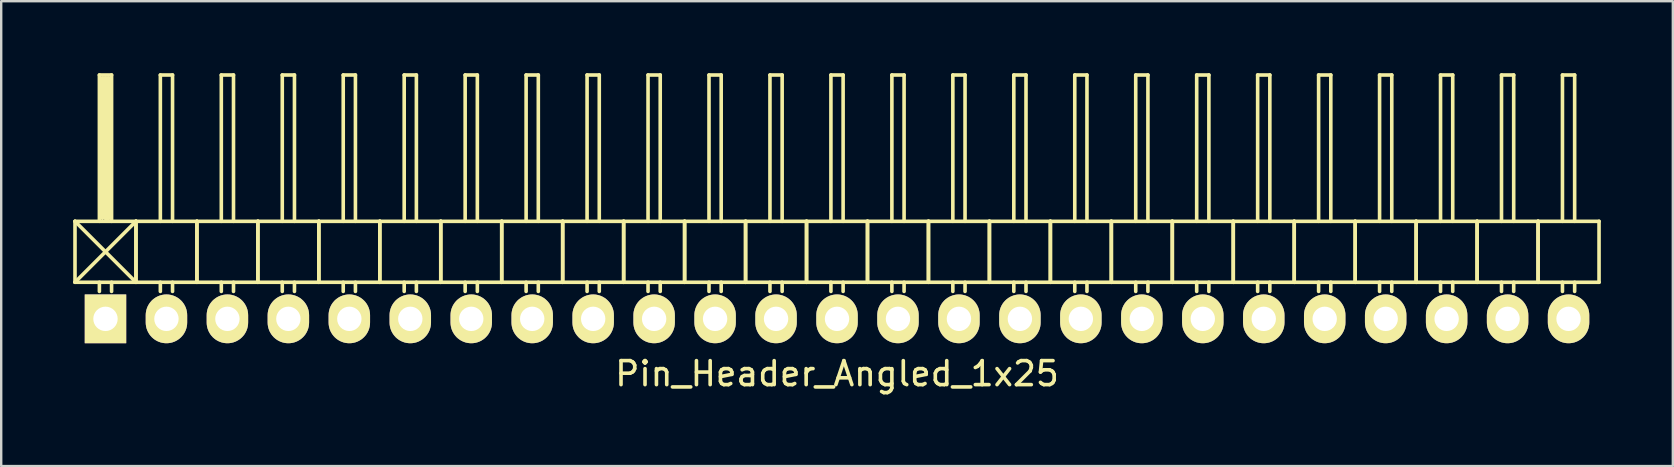
<source format=kicad_pcb>
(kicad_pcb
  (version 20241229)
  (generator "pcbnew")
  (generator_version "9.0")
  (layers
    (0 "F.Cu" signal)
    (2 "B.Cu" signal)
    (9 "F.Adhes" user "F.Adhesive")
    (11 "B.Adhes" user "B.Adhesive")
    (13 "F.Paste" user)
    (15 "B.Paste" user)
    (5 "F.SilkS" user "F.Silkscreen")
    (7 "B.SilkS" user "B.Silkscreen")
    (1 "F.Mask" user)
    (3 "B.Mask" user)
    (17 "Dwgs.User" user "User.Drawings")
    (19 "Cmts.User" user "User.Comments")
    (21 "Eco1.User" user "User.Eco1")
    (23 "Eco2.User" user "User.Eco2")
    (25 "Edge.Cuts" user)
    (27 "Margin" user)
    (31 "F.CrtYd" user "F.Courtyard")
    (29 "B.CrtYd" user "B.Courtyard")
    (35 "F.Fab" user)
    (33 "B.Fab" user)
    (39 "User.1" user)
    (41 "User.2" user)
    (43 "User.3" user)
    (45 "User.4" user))
  (footprint "Pin_Header_Angled_1x25"
    (layer "F.Cu")
    (at 31.825 10.235)
    (property "Reference" "Pin_Header_Angled_1x25" (at 0 2.286 0) (layer "F.SilkS") (effects (font (size 1 1) (thickness 0.15))))
    (attr through_hole)
    (fp_line (start -31.75 -4.064) (end -29.21 -1.524) (stroke (width 0.15) (type solid)) (layer "F.SilkS"))
    (fp_line (start -31.75 -1.524) (end -31.75 -4.064) (stroke (width 0.15) (type solid)) (layer "F.SilkS"))
    (fp_line (start -31.75 -1.524) (end -29.21 -1.524) (stroke (width 0.15) (type solid)) (layer "F.SilkS"))
    (fp_line (start -30.734 -10.16) (end -30.226 -10.16) (stroke (width 0.15) (type solid)) (layer "F.SilkS"))
    (fp_line (start -30.734 -4.064) (end -30.734 -10.16) (stroke (width 0.15) (type solid)) (layer "F.SilkS"))
    (fp_line (start -30.734 -1.524) (end -30.734 -1.143) (stroke (width 0.15) (type solid)) (layer "F.SilkS"))
    (fp_line (start -30.607 -10.033) (end -30.353 -10.033) (stroke (width 0.15) (type solid)) (layer "F.SilkS"))
    (fp_line (start -30.607 -4.191) (end -30.607 -10.033) (stroke (width 0.15) (type solid)) (layer "F.SilkS"))
    (fp_line (start -30.48 -4.191) (end -30.48 -10.033) (stroke (width 0.15) (type solid)) (layer "F.SilkS"))
    (fp_line (start -30.353 -10.033) (end -30.353 -4.191) (stroke (width 0.15) (type solid)) (layer "F.SilkS"))
    (fp_line (start -30.353 -4.191) (end -30.48 -4.191) (stroke (width 0.15) (type solid)) (layer "F.SilkS"))
    (fp_line (start -30.226 -10.16) (end -30.226 -4.064) (stroke (width 0.15) (type solid)) (layer "F.SilkS"))
    (fp_line (start -30.226 -1.524) (end -30.226 -1.143) (stroke (width 0.15) (type solid)) (layer "F.SilkS"))
    (fp_line (start -29.21 -4.064) (end -31.75 -4.064) (stroke (width 0.15) (type solid)) (layer "F.SilkS"))
    (fp_line (start -29.21 -4.064) (end -31.75 -1.524) (stroke (width 0.15) (type solid)) (layer "F.SilkS"))
    (fp_line (start -29.21 -1.524) (end -29.21 -4.064) (stroke (width 0.15) (type solid)) (layer "F.SilkS"))
    (fp_line (start -29.21 -1.524) (end -29.21 -4.064) (stroke (width 0.15) (type solid)) (layer "F.SilkS"))
    (fp_line (start -29.21 -1.524) (end -26.67 -1.524) (stroke (width 0.15) (type solid)) (layer "F.SilkS"))
    (fp_line (start -28.194 -10.16) (end -27.686 -10.16) (stroke (width 0.15) (type solid)) (layer "F.SilkS"))
    (fp_line (start -28.194 -4.064) (end -28.194 -10.16) (stroke (width 0.15) (type solid)) (layer "F.SilkS"))
    (fp_line (start -28.194 -1.524) (end -28.194 -1.143) (stroke (width 0.15) (type solid)) (layer "F.SilkS"))
    (fp_line (start -27.686 -10.16) (end -27.686 -4.064) (stroke (width 0.15) (type solid)) (layer "F.SilkS"))
    (fp_line (start -27.686 -1.524) (end -27.686 -1.143) (stroke (width 0.15) (type solid)) (layer "F.SilkS"))
    (fp_line (start -26.67 -4.064) (end -29.21 -4.064) (stroke (width 0.15) (type solid)) (layer "F.SilkS"))
    (fp_line (start -26.67 -1.524) (end -26.67 -4.064) (stroke (width 0.15) (type solid)) (layer "F.SilkS"))
    (fp_line (start -26.67 -1.524) (end -26.67 -4.064) (stroke (width 0.15) (type solid)) (layer "F.SilkS"))
    (fp_line (start -26.67 -1.524) (end -24.13 -1.524) (stroke (width 0.15) (type solid)) (layer "F.SilkS"))
    (fp_line (start -25.654 -10.16) (end -25.146 -10.16) (stroke (width 0.15) (type solid)) (layer "F.SilkS"))
    (fp_line (start -25.654 -4.064) (end -25.654 -10.16) (stroke (width 0.15) (type solid)) (layer "F.SilkS"))
    (fp_line (start -25.654 -1.524) (end -25.654 -1.143) (stroke (width 0.15) (type solid)) (layer "F.SilkS"))
    (fp_line (start -25.146 -10.16) (end -25.146 -4.064) (stroke (width 0.15) (type solid)) (layer "F.SilkS"))
    (fp_line (start -25.146 -1.524) (end -25.146 -1.143) (stroke (width 0.15) (type solid)) (layer "F.SilkS"))
    (fp_line (start -24.13 -4.064) (end -26.67 -4.064) (stroke (width 0.15) (type solid)) (layer "F.SilkS"))
    (fp_line (start -24.13 -1.524) (end -24.13 -4.064) (stroke (width 0.15) (type solid)) (layer "F.SilkS"))
    (fp_line (start -24.13 -1.524) (end -24.13 -4.064) (stroke (width 0.15) (type solid)) (layer "F.SilkS"))
    (fp_line (start -24.13 -1.524) (end -21.59 -1.524) (stroke (width 0.15) (type solid)) (layer "F.SilkS"))
    (fp_line (start -23.114 -10.16) (end -22.606 -10.16) (stroke (width 0.15) (type solid)) (layer "F.SilkS"))
    (fp_line (start -23.114 -4.064) (end -23.114 -10.16) (stroke (width 0.15) (type solid)) (layer "F.SilkS"))
    (fp_line (start -23.114 -1.524) (end -23.114 -1.143) (stroke (width 0.15) (type solid)) (layer "F.SilkS"))
    (fp_line (start -22.606 -10.16) (end -22.606 -4.064) (stroke (width 0.15) (type solid)) (layer "F.SilkS"))
    (fp_line (start -22.606 -1.524) (end -22.606 -1.143) (stroke (width 0.15) (type solid)) (layer "F.SilkS"))
    (fp_line (start -21.59 -4.064) (end -24.13 -4.064) (stroke (width 0.15) (type solid)) (layer "F.SilkS"))
    (fp_line (start -21.59 -1.524) (end -21.59 -4.064) (stroke (width 0.15) (type solid)) (layer "F.SilkS"))
    (fp_line (start -21.59 -1.524) (end -21.59 -4.064) (stroke (width 0.15) (type solid)) (layer "F.SilkS"))
    (fp_line (start -21.59 -1.524) (end -19.05 -1.524) (stroke (width 0.15) (type solid)) (layer "F.SilkS"))
    (fp_line (start -20.574 -10.16) (end -20.066 -10.16) (stroke (width 0.15) (type solid)) (layer "F.SilkS"))
    (fp_line (start -20.574 -4.064) (end -20.574 -10.16) (stroke (width 0.15) (type solid)) (layer "F.SilkS"))
    (fp_line (start -20.574 -1.524) (end -20.574 -1.143) (stroke (width 0.15) (type solid)) (layer "F.SilkS"))
    (fp_line (start -20.066 -10.16) (end -20.066 -4.064) (stroke (width 0.15) (type solid)) (layer "F.SilkS"))
    (fp_line (start -20.066 -1.524) (end -20.066 -1.143) (stroke (width 0.15) (type solid)) (layer "F.SilkS"))
    (fp_line (start -19.05 -4.064) (end -21.59 -4.064) (stroke (width 0.15) (type solid)) (layer "F.SilkS"))
    (fp_line (start -19.05 -1.524) (end -19.05 -4.064) (stroke (width 0.15) (type solid)) (layer "F.SilkS"))
    (fp_line (start -19.05 -1.524) (end -19.05 -4.064) (stroke (width 0.15) (type solid)) (layer "F.SilkS"))
    (fp_line (start -19.05 -1.524) (end -16.51 -1.524) (stroke (width 0.15) (type solid)) (layer "F.SilkS"))
    (fp_line (start -18.034 -10.16) (end -17.526 -10.16) (stroke (width 0.15) (type solid)) (layer "F.SilkS"))
    (fp_line (start -18.034 -4.064) (end -18.034 -10.16) (stroke (width 0.15) (type solid)) (layer "F.SilkS"))
    (fp_line (start -18.034 -1.524) (end -18.034 -1.143) (stroke (width 0.15) (type solid)) (layer "F.SilkS"))
    (fp_line (start -17.526 -10.16) (end -17.526 -4.064) (stroke (width 0.15) (type solid)) (layer "F.SilkS"))
    (fp_line (start -17.526 -1.524) (end -17.526 -1.143) (stroke (width 0.15) (type solid)) (layer "F.SilkS"))
    (fp_line (start -16.51 -4.064) (end -19.05 -4.064) (stroke (width 0.15) (type solid)) (layer "F.SilkS"))
    (fp_line (start -16.51 -1.524) (end -16.51 -4.064) (stroke (width 0.15) (type solid)) (layer "F.SilkS"))
    (fp_line (start -16.51 -1.524) (end -16.51 -4.064) (stroke (width 0.15) (type solid)) (layer "F.SilkS"))
    (fp_line (start -16.51 -1.524) (end -13.97 -1.524) (stroke (width 0.15) (type solid)) (layer "F.SilkS"))
    (fp_line (start -15.494 -10.16) (end -14.986 -10.16) (stroke (width 0.15) (type solid)) (layer "F.SilkS"))
    (fp_line (start -15.494 -4.064) (end -15.494 -10.16) (stroke (width 0.15) (type solid)) (layer "F.SilkS"))
    (fp_line (start -15.494 -1.524) (end -15.494 -1.143) (stroke (width 0.15) (type solid)) (layer "F.SilkS"))
    (fp_line (start -14.986 -10.16) (end -14.986 -4.064) (stroke (width 0.15) (type solid)) (layer "F.SilkS"))
    (fp_line (start -14.986 -1.524) (end -14.986 -1.143) (stroke (width 0.15) (type solid)) (layer "F.SilkS"))
    (fp_line (start -13.97 -4.064) (end -16.51 -4.064) (stroke (width 0.15) (type solid)) (layer "F.SilkS"))
    (fp_line (start -13.97 -1.524) (end -13.97 -4.064) (stroke (width 0.15) (type solid)) (layer "F.SilkS"))
    (fp_line (start -13.97 -1.524) (end -13.97 -4.064) (stroke (width 0.15) (type solid)) (layer "F.SilkS"))
    (fp_line (start -13.97 -1.524) (end -11.43 -1.524) (stroke (width 0.15) (type solid)) (layer "F.SilkS"))
    (fp_line (start -12.954 -10.16) (end -12.446 -10.16) (stroke (width 0.15) (type solid)) (layer "F.SilkS"))
    (fp_line (start -12.954 -4.064) (end -12.954 -10.16) (stroke (width 0.15) (type solid)) (layer "F.SilkS"))
    (fp_line (start -12.954 -1.524) (end -12.954 -1.143) (stroke (width 0.15) (type solid)) (layer "F.SilkS"))
    (fp_line (start -12.446 -10.16) (end -12.446 -4.064) (stroke (width 0.15) (type solid)) (layer "F.SilkS"))
    (fp_line (start -12.446 -1.524) (end -12.446 -1.143) (stroke (width 0.15) (type solid)) (layer "F.SilkS"))
    (fp_line (start -11.43 -4.064) (end -13.97 -4.064) (stroke (width 0.15) (type solid)) (layer "F.SilkS"))
    (fp_line (start -11.43 -1.524) (end -11.43 -4.064) (stroke (width 0.15) (type solid)) (layer "F.SilkS"))
    (fp_line (start -11.43 -1.524) (end -11.43 -4.064) (stroke (width 0.15) (type solid)) (layer "F.SilkS"))
    (fp_line (start -11.43 -1.524) (end -8.89 -1.524) (stroke (width 0.15) (type solid)) (layer "F.SilkS"))
    (fp_line (start -10.414 -10.16) (end -9.906 -10.16) (stroke (width 0.15) (type solid)) (layer "F.SilkS"))
    (fp_line (start -10.414 -4.064) (end -10.414 -10.16) (stroke (width 0.15) (type solid)) (layer "F.SilkS"))
    (fp_line (start -10.414 -1.524) (end -10.414 -1.143) (stroke (width 0.15) (type solid)) (layer "F.SilkS"))
    (fp_line (start -9.906 -10.16) (end -9.906 -4.064) (stroke (width 0.15) (type solid)) (layer "F.SilkS"))
    (fp_line (start -9.906 -1.524) (end -9.906 -1.143) (stroke (width 0.15) (type solid)) (layer "F.SilkS"))
    (fp_line (start -8.89 -4.064) (end -11.43 -4.064) (stroke (width 0.15) (type solid)) (layer "F.SilkS"))
    (fp_line (start -8.89 -1.524) (end -8.89 -4.064) (stroke (width 0.15) (type solid)) (layer "F.SilkS"))
    (fp_line (start -8.89 -1.524) (end -8.89 -4.064) (stroke (width 0.15) (type solid)) (layer "F.SilkS"))
    (fp_line (start -8.89 -1.524) (end -6.35 -1.524) (stroke (width 0.15) (type solid)) (layer "F.SilkS"))
    (fp_line (start -7.874 -10.16) (end -7.366 -10.16) (stroke (width 0.15) (type solid)) (layer "F.SilkS"))
    (fp_line (start -7.874 -4.064) (end -7.874 -10.16) (stroke (width 0.15) (type solid)) (layer "F.SilkS"))
    (fp_line (start -7.874 -1.524) (end -7.874 -1.143) (stroke (width 0.15) (type solid)) (layer "F.SilkS"))
    (fp_line (start -7.366 -10.16) (end -7.366 -4.064) (stroke (width 0.15) (type solid)) (layer "F.SilkS"))
    (fp_line (start -7.366 -1.524) (end -7.366 -1.143) (stroke (width 0.15) (type solid)) (layer "F.SilkS"))
    (fp_line (start -6.35 -4.064) (end -8.89 -4.064) (stroke (width 0.15) (type solid)) (layer "F.SilkS"))
    (fp_line (start -6.35 -1.524) (end -6.35 -4.064) (stroke (width 0.15) (type solid)) (layer "F.SilkS"))
    (fp_line (start -6.35 -1.524) (end -6.35 -4.064) (stroke (width 0.15) (type solid)) (layer "F.SilkS"))
    (fp_line (start -6.35 -1.524) (end -3.81 -1.524) (stroke (width 0.15) (type solid)) (layer "F.SilkS"))
    (fp_line (start -5.334 -10.16) (end -4.826 -10.16) (stroke (width 0.15) (type solid)) (layer "F.SilkS"))
    (fp_line (start -5.334 -4.064) (end -5.334 -10.16) (stroke (width 0.15) (type solid)) (layer "F.SilkS"))
    (fp_line (start -5.334 -1.524) (end -5.334 -1.143) (stroke (width 0.15) (type solid)) (layer "F.SilkS"))
    (fp_line (start -4.826 -10.16) (end -4.826 -4.064) (stroke (width 0.15) (type solid)) (layer "F.SilkS"))
    (fp_line (start -4.826 -1.524) (end -4.826 -1.143) (stroke (width 0.15) (type solid)) (layer "F.SilkS"))
    (fp_line (start -3.81 -4.064) (end -6.35 -4.064) (stroke (width 0.15) (type solid)) (layer "F.SilkS"))
    (fp_line (start -3.81 -1.524) (end -3.81 -4.064) (stroke (width 0.15) (type solid)) (layer "F.SilkS"))
    (fp_line (start -3.81 -1.524) (end -3.81 -4.064) (stroke (width 0.15) (type solid)) (layer "F.SilkS"))
    (fp_line (start -3.81 -1.524) (end -1.27 -1.524) (stroke (width 0.15) (type solid)) (layer "F.SilkS"))
    (fp_line (start -2.794 -10.16) (end -2.286 -10.16) (stroke (width 0.15) (type solid)) (layer "F.SilkS"))
    (fp_line (start -2.794 -4.064) (end -2.794 -10.16) (stroke (width 0.15) (type solid)) (layer "F.SilkS"))
    (fp_line (start -2.794 -1.524) (end -2.794 -1.143) (stroke (width 0.15) (type solid)) (layer "F.SilkS"))
    (fp_line (start -2.286 -10.16) (end -2.286 -4.064) (stroke (width 0.15) (type solid)) (layer "F.SilkS"))
    (fp_line (start -2.286 -1.524) (end -2.286 -1.143) (stroke (width 0.15) (type solid)) (layer "F.SilkS"))
    (fp_line (start -1.27 -4.064) (end -3.81 -4.064) (stroke (width 0.15) (type solid)) (layer "F.SilkS"))
    (fp_line (start -1.27 -1.524) (end -1.27 -4.064) (stroke (width 0.15) (type solid)) (layer "F.SilkS"))
    (fp_line (start -1.27 -1.524) (end -1.27 -4.064) (stroke (width 0.15) (type solid)) (layer "F.SilkS"))
    (fp_line (start -1.27 -1.524) (end 1.27 -1.524) (stroke (width 0.15) (type solid)) (layer "F.SilkS"))
    (fp_line (start -0.254 -10.16) (end 0.254 -10.16) (stroke (width 0.15) (type solid)) (layer "F.SilkS"))
    (fp_line (start -0.254 -4.064) (end -0.254 -10.16) (stroke (width 0.15) (type solid)) (layer "F.SilkS"))
    (fp_line (start -0.254 -1.524) (end -0.254 -1.143) (stroke (width 0.15) (type solid)) (layer "F.SilkS"))
    (fp_line (start 0.254 -10.16) (end 0.254 -4.064) (stroke (width 0.15) (type solid)) (layer "F.SilkS"))
    (fp_line (start 0.254 -1.524) (end 0.254 -1.143) (stroke (width 0.15) (type solid)) (layer "F.SilkS"))
    (fp_line (start 1.27 -4.064) (end -1.27 -4.064) (stroke (width 0.15) (type solid)) (layer "F.SilkS"))
    (fp_line (start 1.27 -1.524) (end 1.27 -4.064) (stroke (width 0.15) (type solid)) (layer "F.SilkS"))
    (fp_line (start 1.27 -1.524) (end 1.27 -4.064) (stroke (width 0.15) (type solid)) (layer "F.SilkS"))
    (fp_line (start 1.27 -1.524) (end 3.81 -1.524) (stroke (width 0.15) (type solid)) (layer "F.SilkS"))
    (fp_line (start 2.286 -10.16) (end 2.794 -10.16) (stroke (width 0.15) (type solid)) (layer "F.SilkS"))
    (fp_line (start 2.286 -4.064) (end 2.286 -10.16) (stroke (width 0.15) (type solid)) (layer "F.SilkS"))
    (fp_line (start 2.286 -1.524) (end 2.286 -1.143) (stroke (width 0.15) (type solid)) (layer "F.SilkS"))
    (fp_line (start 2.794 -10.16) (end 2.794 -4.064) (stroke (width 0.15) (type solid)) (layer "F.SilkS"))
    (fp_line (start 2.794 -1.524) (end 2.794 -1.143) (stroke (width 0.15) (type solid)) (layer "F.SilkS"))
    (fp_line (start 3.81 -4.064) (end 1.27 -4.064) (stroke (width 0.15) (type solid)) (layer "F.SilkS"))
    (fp_line (start 3.81 -1.524) (end 3.81 -4.064) (stroke (width 0.15) (type solid)) (layer "F.SilkS"))
    (fp_line (start 3.81 -1.524) (end 3.81 -4.064) (stroke (width 0.15) (type solid)) (layer "F.SilkS"))
    (fp_line (start 3.81 -1.524) (end 6.35 -1.524) (stroke (width 0.15) (type solid)) (layer "F.SilkS"))
    (fp_line (start 4.826 -10.16) (end 5.334 -10.16) (stroke (width 0.15) (type solid)) (layer "F.SilkS"))
    (fp_line (start 4.826 -4.064) (end 4.826 -10.16) (stroke (width 0.15) (type solid)) (layer "F.SilkS"))
    (fp_line (start 4.826 -1.524) (end 4.826 -1.143) (stroke (width 0.15) (type solid)) (layer "F.SilkS"))
    (fp_line (start 5.334 -10.16) (end 5.334 -4.064) (stroke (width 0.15) (type solid)) (layer "F.SilkS"))
    (fp_line (start 5.334 -1.524) (end 5.334 -1.143) (stroke (width 0.15) (type solid)) (layer "F.SilkS"))
    (fp_line (start 6.35 -4.064) (end 3.81 -4.064) (stroke (width 0.15) (type solid)) (layer "F.SilkS"))
    (fp_line (start 6.35 -1.524) (end 6.35 -4.064) (stroke (width 0.15) (type solid)) (layer "F.SilkS"))
    (fp_line (start 6.35 -1.524) (end 6.35 -4.064) (stroke (width 0.15) (type solid)) (layer "F.SilkS"))
    (fp_line (start 6.35 -1.524) (end 8.89 -1.524) (stroke (width 0.15) (type solid)) (layer "F.SilkS"))
    (fp_line (start 7.366 -10.16) (end 7.874 -10.16) (stroke (width 0.15) (type solid)) (layer "F.SilkS"))
    (fp_line (start 7.366 -4.064) (end 7.366 -10.16) (stroke (width 0.15) (type solid)) (layer "F.SilkS"))
    (fp_line (start 7.366 -1.524) (end 7.366 -1.143) (stroke (width 0.15) (type solid)) (layer "F.SilkS"))
    (fp_line (start 7.874 -10.16) (end 7.874 -4.064) (stroke (width 0.15) (type solid)) (layer "F.SilkS"))
    (fp_line (start 7.874 -1.524) (end 7.874 -1.143) (stroke (width 0.15) (type solid)) (layer "F.SilkS"))
    (fp_line (start 8.89 -4.064) (end 6.35 -4.064) (stroke (width 0.15) (type solid)) (layer "F.SilkS"))
    (fp_line (start 8.89 -1.524) (end 8.89 -4.064) (stroke (width 0.15) (type solid)) (layer "F.SilkS"))
    (fp_line (start 8.89 -1.524) (end 8.89 -4.064) (stroke (width 0.15) (type solid)) (layer "F.SilkS"))
    (fp_line (start 8.89 -1.524) (end 11.43 -1.524) (stroke (width 0.15) (type solid)) (layer "F.SilkS"))
    (fp_line (start 9.906 -10.16) (end 10.414 -10.16) (stroke (width 0.15) (type solid)) (layer "F.SilkS"))
    (fp_line (start 9.906 -4.064) (end 9.906 -10.16) (stroke (width 0.15) (type solid)) (layer "F.SilkS"))
    (fp_line (start 9.906 -1.524) (end 9.906 -1.143) (stroke (width 0.15) (type solid)) (layer "F.SilkS"))
    (fp_line (start 10.414 -10.16) (end 10.414 -4.064) (stroke (width 0.15) (type solid)) (layer "F.SilkS"))
    (fp_line (start 10.414 -1.524) (end 10.414 -1.143) (stroke (width 0.15) (type solid)) (layer "F.SilkS"))
    (fp_line (start 11.43 -4.064) (end 8.89 -4.064) (stroke (width 0.15) (type solid)) (layer "F.SilkS"))
    (fp_line (start 11.43 -1.524) (end 11.43 -4.064) (stroke (width 0.15) (type solid)) (layer "F.SilkS"))
    (fp_line (start 11.43 -1.524) (end 11.43 -4.064) (stroke (width 0.15) (type solid)) (layer "F.SilkS"))
    (fp_line (start 11.43 -1.524) (end 13.97 -1.524) (stroke (width 0.15) (type solid)) (layer "F.SilkS"))
    (fp_line (start 12.446 -10.16) (end 12.954 -10.16) (stroke (width 0.15) (type solid)) (layer "F.SilkS"))
    (fp_line (start 12.446 -4.064) (end 12.446 -10.16) (stroke (width 0.15) (type solid)) (layer "F.SilkS"))
    (fp_line (start 12.446 -1.524) (end 12.446 -1.143) (stroke (width 0.15) (type solid)) (layer "F.SilkS"))
    (fp_line (start 12.954 -10.16) (end 12.954 -4.064) (stroke (width 0.15) (type solid)) (layer "F.SilkS"))
    (fp_line (start 12.954 -1.524) (end 12.954 -1.143) (stroke (width 0.15) (type solid)) (layer "F.SilkS"))
    (fp_line (start 13.97 -4.064) (end 11.43 -4.064) (stroke (width 0.15) (type solid)) (layer "F.SilkS"))
    (fp_line (start 13.97 -1.524) (end 13.97 -4.064) (stroke (width 0.15) (type solid)) (layer "F.SilkS"))
    (fp_line (start 13.97 -1.524) (end 13.97 -4.064) (stroke (width 0.15) (type solid)) (layer "F.SilkS"))
    (fp_line (start 13.97 -1.524) (end 16.51 -1.524) (stroke (width 0.15) (type solid)) (layer "F.SilkS"))
    (fp_line (start 14.986 -10.16) (end 15.494 -10.16) (stroke (width 0.15) (type solid)) (layer "F.SilkS"))
    (fp_line (start 14.986 -4.064) (end 14.986 -10.16) (stroke (width 0.15) (type solid)) (layer "F.SilkS"))
    (fp_line (start 14.986 -1.524) (end 14.986 -1.143) (stroke (width 0.15) (type solid)) (layer "F.SilkS"))
    (fp_line (start 15.494 -10.16) (end 15.494 -4.064) (stroke (width 0.15) (type solid)) (layer "F.SilkS"))
    (fp_line (start 15.494 -1.524) (end 15.494 -1.143) (stroke (width 0.15) (type solid)) (layer "F.SilkS"))
    (fp_line (start 16.51 -4.064) (end 13.97 -4.064) (stroke (width 0.15) (type solid)) (layer "F.SilkS"))
    (fp_line (start 16.51 -1.524) (end 16.51 -4.064) (stroke (width 0.15) (type solid)) (layer "F.SilkS"))
    (fp_line (start 16.51 -1.524) (end 16.51 -4.064) (stroke (width 0.15) (type solid)) (layer "F.SilkS"))
    (fp_line (start 16.51 -1.524) (end 19.05 -1.524) (stroke (width 0.15) (type solid)) (layer "F.SilkS"))
    (fp_line (start 17.526 -10.16) (end 18.034 -10.16) (stroke (width 0.15) (type solid)) (layer "F.SilkS"))
    (fp_line (start 17.526 -4.064) (end 17.526 -10.16) (stroke (width 0.15) (type solid)) (layer "F.SilkS"))
    (fp_line (start 17.526 -1.524) (end 17.526 -1.143) (stroke (width 0.15) (type solid)) (layer "F.SilkS"))
    (fp_line (start 18.034 -10.16) (end 18.034 -4.064) (stroke (width 0.15) (type solid)) (layer "F.SilkS"))
    (fp_line (start 18.034 -1.524) (end 18.034 -1.143) (stroke (width 0.15) (type solid)) (layer "F.SilkS"))
    (fp_line (start 19.05 -4.064) (end 16.51 -4.064) (stroke (width 0.15) (type solid)) (layer "F.SilkS"))
    (fp_line (start 19.05 -1.524) (end 19.05 -4.064) (stroke (width 0.15) (type solid)) (layer "F.SilkS"))
    (fp_line (start 19.05 -1.524) (end 19.05 -4.064) (stroke (width 0.15) (type solid)) (layer "F.SilkS"))
    (fp_line (start 19.05 -1.524) (end 21.59 -1.524) (stroke (width 0.15) (type solid)) (layer "F.SilkS"))
    (fp_line (start 20.066 -10.16) (end 20.574 -10.16) (stroke (width 0.15) (type solid)) (layer "F.SilkS"))
    (fp_line (start 20.066 -4.064) (end 20.066 -10.16) (stroke (width 0.15) (type solid)) (layer "F.SilkS"))
    (fp_line (start 20.066 -1.524) (end 20.066 -1.143) (stroke (width 0.15) (type solid)) (layer "F.SilkS"))
    (fp_line (start 20.574 -10.16) (end 20.574 -4.064) (stroke (width 0.15) (type solid)) (layer "F.SilkS"))
    (fp_line (start 20.574 -1.524) (end 20.574 -1.143) (stroke (width 0.15) (type solid)) (layer "F.SilkS"))
    (fp_line (start 21.59 -4.064) (end 19.05 -4.064) (stroke (width 0.15) (type solid)) (layer "F.SilkS"))
    (fp_line (start 21.59 -1.524) (end 21.59 -4.064) (stroke (width 0.15) (type solid)) (layer "F.SilkS"))
    (fp_line (start 21.59 -1.524) (end 21.59 -4.064) (stroke (width 0.15) (type solid)) (layer "F.SilkS"))
    (fp_line (start 21.59 -1.524) (end 24.13 -1.524) (stroke (width 0.15) (type solid)) (layer "F.SilkS"))
    (fp_line (start 22.606 -10.16) (end 23.114 -10.16) (stroke (width 0.15) (type solid)) (layer "F.SilkS"))
    (fp_line (start 22.606 -4.064) (end 22.606 -10.16) (stroke (width 0.15) (type solid)) (layer "F.SilkS"))
    (fp_line (start 22.606 -1.524) (end 22.606 -1.143) (stroke (width 0.15) (type solid)) (layer "F.SilkS"))
    (fp_line (start 23.114 -10.16) (end 23.114 -4.064) (stroke (width 0.15) (type solid)) (layer "F.SilkS"))
    (fp_line (start 23.114 -1.524) (end 23.114 -1.143) (stroke (width 0.15) (type solid)) (layer "F.SilkS"))
    (fp_line (start 24.13 -4.064) (end 21.59 -4.064) (stroke (width 0.15) (type solid)) (layer "F.SilkS"))
    (fp_line (start 24.13 -1.524) (end 24.13 -4.064) (stroke (width 0.15) (type solid)) (layer "F.SilkS"))
    (fp_line (start 24.13 -1.524) (end 24.13 -4.064) (stroke (width 0.15) (type solid)) (layer "F.SilkS"))
    (fp_line (start 24.13 -1.524) (end 26.67 -1.524) (stroke (width 0.15) (type solid)) (layer "F.SilkS"))
    (fp_line (start 25.146 -10.16) (end 25.654 -10.16) (stroke (width 0.15) (type solid)) (layer "F.SilkS"))
    (fp_line (start 25.146 -4.064) (end 25.146 -10.16) (stroke (width 0.15) (type solid)) (layer "F.SilkS"))
    (fp_line (start 25.146 -1.524) (end 25.146 -1.143) (stroke (width 0.15) (type solid)) (layer "F.SilkS"))
    (fp_line (start 25.654 -10.16) (end 25.654 -4.064) (stroke (width 0.15) (type solid)) (layer "F.SilkS"))
    (fp_line (start 25.654 -1.524) (end 25.654 -1.143) (stroke (width 0.15) (type solid)) (layer "F.SilkS"))
    (fp_line (start 26.67 -4.064) (end 24.13 -4.064) (stroke (width 0.15) (type solid)) (layer "F.SilkS"))
    (fp_line (start 26.67 -1.524) (end 26.67 -4.064) (stroke (width 0.15) (type solid)) (layer "F.SilkS"))
    (fp_line (start 26.67 -1.524) (end 26.67 -4.064) (stroke (width 0.15) (type solid)) (layer "F.SilkS"))
    (fp_line (start 26.67 -1.524) (end 29.21 -1.524) (stroke (width 0.15) (type solid)) (layer "F.SilkS"))
    (fp_line (start 27.686 -10.16) (end 28.194 -10.16) (stroke (width 0.15) (type solid)) (layer "F.SilkS"))
    (fp_line (start 27.686 -4.064) (end 27.686 -10.16) (stroke (width 0.15) (type solid)) (layer "F.SilkS"))
    (fp_line (start 27.686 -1.524) (end 27.686 -1.143) (stroke (width 0.15) (type solid)) (layer "F.SilkS"))
    (fp_line (start 28.194 -10.16) (end 28.194 -4.064) (stroke (width 0.15) (type solid)) (layer "F.SilkS"))
    (fp_line (start 28.194 -1.524) (end 28.194 -1.143) (stroke (width 0.15) (type solid)) (layer "F.SilkS"))
    (fp_line (start 29.21 -4.064) (end 26.67 -4.064) (stroke (width 0.15) (type solid)) (layer "F.SilkS"))
    (fp_line (start 29.21 -1.524) (end 29.21 -4.064) (stroke (width 0.15) (type solid)) (layer "F.SilkS"))
    (fp_line (start 29.21 -1.524) (end 29.21 -4.064) (stroke (width 0.15) (type solid)) (layer "F.SilkS"))
    (fp_line (start 29.21 -1.524) (end 31.75 -1.524) (stroke (width 0.15) (type solid)) (layer "F.SilkS"))
    (fp_line (start 30.226 -10.16) (end 30.734 -10.16) (stroke (width 0.15) (type solid)) (layer "F.SilkS"))
    (fp_line (start 30.226 -4.064) (end 30.226 -10.16) (stroke (width 0.15) (type solid)) (layer "F.SilkS"))
    (fp_line (start 30.226 -1.524) (end 30.226 -1.143) (stroke (width 0.15) (type solid)) (layer "F.SilkS"))
    (fp_line (start 30.734 -10.16) (end 30.734 -4.064) (stroke (width 0.15) (type solid)) (layer "F.SilkS"))
    (fp_line (start 30.734 -1.524) (end 30.734 -1.143) (stroke (width 0.15) (type solid)) (layer "F.SilkS"))
    (fp_line (start 31.75 -4.064) (end 29.21 -4.064) (stroke (width 0.15) (type solid)) (layer "F.SilkS"))
    (fp_line (start 31.75 -1.524) (end 31.75 -4.064) (stroke (width 0.15) (type solid)) (layer "F.SilkS"))
    (pad "1" thru_hole rect (at -30.48 0) (size 1.727 2.032) (drill 1.016) (layers "*.Cu" "*.Mask" "F.SilkS"))
    (pad "2" thru_hole oval (at -27.94 0) (size 1.727 2.032) (drill 1.016) (layers "*.Cu" "*.Mask" "F.SilkS"))
    (pad "3" thru_hole oval (at -25.4 0) (size 1.727 2.032) (drill 1.016) (layers "*.Cu" "*.Mask" "F.SilkS"))
    (pad "4" thru_hole oval (at -22.86 0) (size 1.727 2.032) (drill 1.016) (layers "*.Cu" "*.Mask" "F.SilkS"))
    (pad "5" thru_hole oval (at -20.32 0) (size 1.727 2.032) (drill 1.016) (layers "*.Cu" "*.Mask" "F.SilkS"))
    (pad "6" thru_hole oval (at -17.78 0) (size 1.727 2.032) (drill 1.016) (layers "*.Cu" "*.Mask" "F.SilkS"))
    (pad "7" thru_hole oval (at -15.24 0) (size 1.727 2.032) (drill 1.016) (layers "*.Cu" "*.Mask" "F.SilkS"))
    (pad "8" thru_hole oval (at -12.7 0) (size 1.727 2.032) (drill 1.016) (layers "*.Cu" "*.Mask" "F.SilkS"))
    (pad "9" thru_hole oval (at -10.16 0) (size 1.727 2.032) (drill 1.016) (layers "*.Cu" "*.Mask" "F.SilkS"))
    (pad "10" thru_hole oval (at -7.62 0) (size 1.727 2.032) (drill 1.016) (layers "*.Cu" "*.Mask" "F.SilkS"))
    (pad "11" thru_hole oval (at -5.08 0) (size 1.727 2.032) (drill 1.016) (layers "*.Cu" "*.Mask" "F.SilkS"))
    (pad "12" thru_hole oval (at -2.54 0) (size 1.727 2.032) (drill 1.016) (layers "*.Cu" "*.Mask" "F.SilkS"))
    (pad "13" thru_hole oval (at 0 0) (size 1.727 2.032) (drill 1.016) (layers "*.Cu" "*.Mask" "F.SilkS"))
    (pad "14" thru_hole oval (at 2.54 0) (size 1.727 2.032) (drill 1.016) (layers "*.Cu" "*.Mask" "F.SilkS"))
    (pad "15" thru_hole oval (at 5.08 0) (size 1.727 2.032) (drill 1.016) (layers "*.Cu" "*.Mask" "F.SilkS"))
    (pad "16" thru_hole oval (at 7.62 0) (size 1.727 2.032) (drill 1.016) (layers "*.Cu" "*.Mask" "F.SilkS"))
    (pad "17" thru_hole oval (at 10.16 0) (size 1.727 2.032) (drill 1.016) (layers "*.Cu" "*.Mask" "F.SilkS"))
    (pad "18" thru_hole oval (at 12.7 0) (size 1.727 2.032) (drill 1.016) (layers "*.Cu" "*.Mask" "F.SilkS"))
    (pad "19" thru_hole oval (at 15.24 0) (size 1.727 2.032) (drill 1.016) (layers "*.Cu" "*.Mask" "F.SilkS"))
    (pad "20" thru_hole oval (at 17.78 0) (size 1.727 2.032) (drill 1.016) (layers "*.Cu" "*.Mask" "F.SilkS"))
    (pad "21" thru_hole oval (at 20.32 0) (size 1.727 2.032) (drill 1.016) (layers "*.Cu" "*.Mask" "F.SilkS"))
    (pad "22" thru_hole oval (at 22.86 0) (size 1.727 2.032) (drill 1.016) (layers "*.Cu" "*.Mask" "F.SilkS"))
    (pad "23" thru_hole oval (at 25.4 0) (size 1.727 2.032) (drill 1.016) (layers "*.Cu" "*.Mask" "F.SilkS"))
    (pad "24" thru_hole oval (at 27.94 0) (size 1.727 2.032) (drill 1.016) (layers "*.Cu" "*.Mask" "F.SilkS"))
    (pad "25" thru_hole oval (at 30.48 0) (size 1.727 2.032) (drill 1.016) (layers "*.Cu" "*.Mask" "F.SilkS")))
  (gr_rect
    (start -3 -3)
    (end 66.65 16.369)
    (stroke (width 0.1) (type default))
    (fill no)
    (layer "Edge.Cuts")))
</source>
